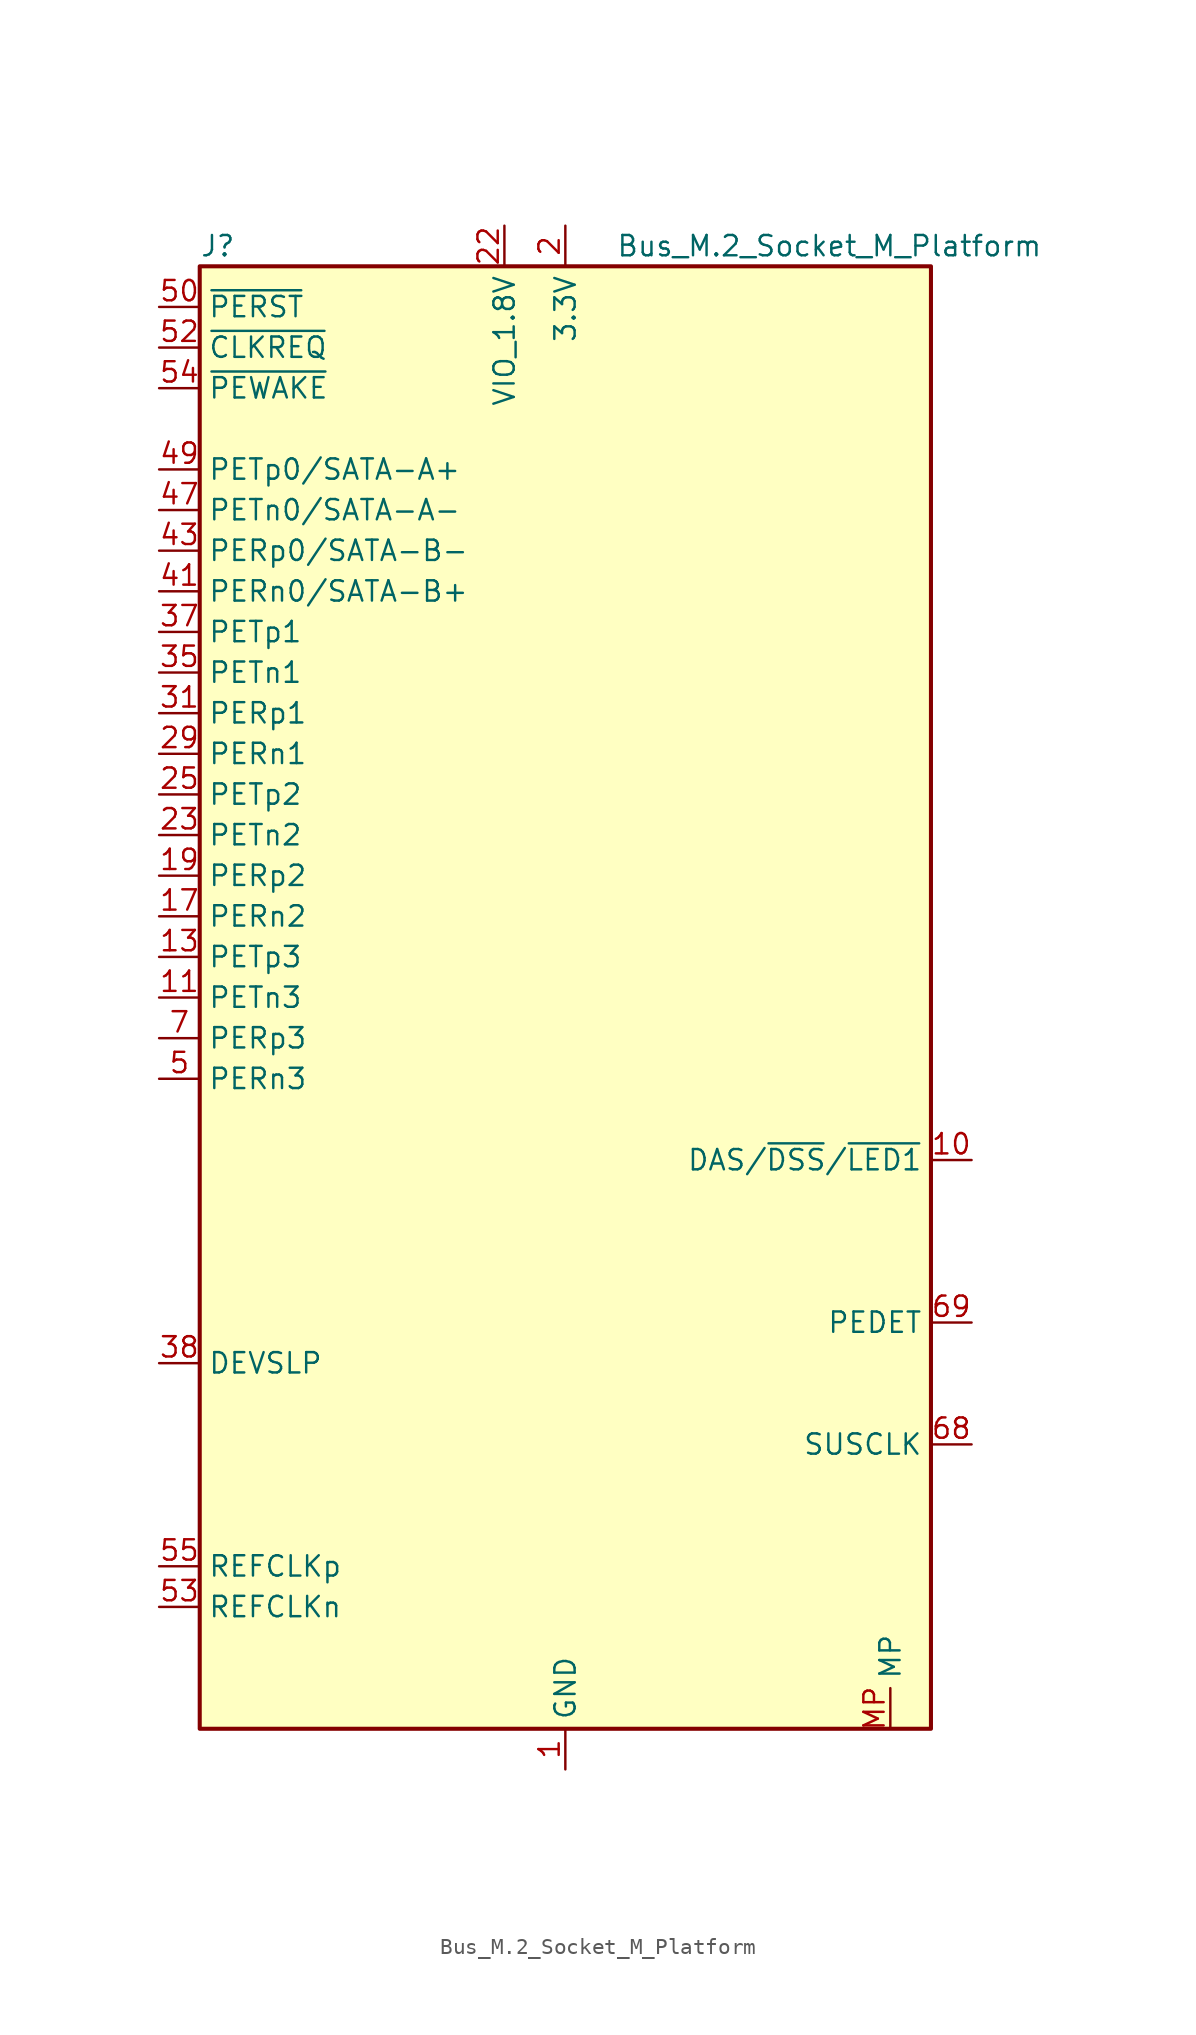
<source format=kicad_sym>
(kicad_symbol_lib
  (version 20241209)
  (generator "kicad_symbol_editor")
  (generator_version "9.0")
  (symbol "Bus_M.2_Socket_M_Platform"
    (property "Reference" "J"
      (at -22.86 46.99 0)
      (effects (font (size 1.27 1.27)) (justify left)))
    (property "Value" "Bus_M.2_Socket_M_Platform"
      (at 16.51 46.99 0)
      (effects (font (size 1.27 1.27))))
    (symbol "Bus_M.2_Socket_M_Platform_0_1"
      (rectangle (start -22.86 45.72) (end 22.86 -45.72) (stroke (width 0.254) (type default)) (fill (type background))))
    (symbol "Bus_M.2_Socket_M_Platform_1_1"
      (pin input line (at -25.4 43.18 0) (length 2.54) (name "~{PERST}" (effects (font (size 1.27 1.27)))) (number "50" (effects (font (size 1.27 1.27)))))
      (pin bidirectional line (at -25.4 40.64 0) (length 2.54) (name "~{CLKREQ}" (effects (font (size 1.27 1.27)))) (number "52" (effects (font (size 1.27 1.27)))))
      (pin bidirectional line (at -25.4 38.1 0) (length 2.54) (name "~{PEWAKE}" (effects (font (size 1.27 1.27)))) (number "54" (effects (font (size 1.27 1.27)))))
      (pin input line (at -25.4 33.02 0) (length 2.54) (name "PETp0/SATA-A+" (effects (font (size 1.27 1.27)))) (number "49" (effects (font (size 1.27 1.27)))))
      (pin input line (at -25.4 30.48 0) (length 2.54) (name "PETn0/SATA-A-" (effects (font (size 1.27 1.27)))) (number "47" (effects (font (size 1.27 1.27)))))
      (pin output line (at -25.4 27.94 0) (length 2.54) (name "PERp0/SATA-B-" (effects (font (size 1.27 1.27)))) (number "43" (effects (font (size 1.27 1.27)))))
      (pin output line (at -25.4 25.4 0) (length 2.54) (name "PERn0/SATA-B+" (effects (font (size 1.27 1.27)))) (number "41" (effects (font (size 1.27 1.27)))))
      (pin input line (at -25.4 22.86 0) (length 2.54) (name "PETp1" (effects (font (size 1.27 1.27)))) (number "37" (effects (font (size 1.27 1.27)))))
      (pin input line (at -25.4 20.32 0) (length 2.54) (name "PETn1" (effects (font (size 1.27 1.27)))) (number "35" (effects (font (size 1.27 1.27)))))
      (pin output line (at -25.4 17.78 0) (length 2.54) (name "PERp1" (effects (font (size 1.27 1.27)))) (number "31" (effects (font (size 1.27 1.27)))))
      (pin output line (at -25.4 15.24 0) (length 2.54) (name "PERn1" (effects (font (size 1.27 1.27)))) (number "29" (effects (font (size 1.27 1.27)))))
      (pin input line (at -25.4 12.7 0) (length 2.54) (name "PETp2" (effects (font (size 1.27 1.27)))) (number "25" (effects (font (size 1.27 1.27)))))
      (pin input line (at -25.4 10.16 0) (length 2.54) (name "PETn2" (effects (font (size 1.27 1.27)))) (number "23" (effects (font (size 1.27 1.27)))))
      (pin output line (at -25.4 7.62 0) (length 2.54) (name "PERp2" (effects (font (size 1.27 1.27)))) (number "19" (effects (font (size 1.27 1.27)))))
      (pin output line (at -25.4 5.08 0) (length 2.54) (name "PERn2" (effects (font (size 1.27 1.27)))) (number "17" (effects (font (size 1.27 1.27)))))
      (pin input line (at -25.4 2.54 0) (length 2.54) (name "PETp3" (effects (font (size 1.27 1.27)))) (number "13" (effects (font (size 1.27 1.27)))))
      (pin input line (at -25.4 0 0) (length 2.54) (name "PETn3" (effects (font (size 1.27 1.27)))) (number "11" (effects (font (size 1.27 1.27)))))
      (pin output line (at -25.4 -2.54 0) (length 2.54) (name "PERp3" (effects (font (size 1.27 1.27)))) (number "7" (effects (font (size 1.27 1.27)))))
      (pin output line (at -25.4 -5.08 0) (length 2.54) (name "PERn3" (effects (font (size 1.27 1.27)))) (number "5" (effects (font (size 1.27 1.27)))))
      (pin input line (at -25.4 -22.86 0) (length 2.54) (name "DEVSLP" (effects (font (size 1.27 1.27)))) (number "38" (effects (font (size 1.27 1.27)))))
      (pin input line (at -25.4 -35.56 0) (length 2.54) (name "REFCLKp" (effects (font (size 1.27 1.27)))) (number "55" (effects (font (size 1.27 1.27)))))
      (pin input line (at -25.4 -38.1 0) (length 2.54) (name "REFCLKn" (effects (font (size 1.27 1.27)))) (number "53" (effects (font (size 1.27 1.27)))))
      (pin power_in line (at -3.81 48.26 270) (length 2.54) (name "VIO_1.8V" (effects (font (size 1.27 1.27)))) (number "22" (effects (font (size 1.27 1.27)))))
      (pin passive line (at 0 48.26 270) (length 2.54) (hide yes) (name "3.3V" (effects (font (size 1.27 1.27)))) (number "12" (effects (font (size 1.27 1.27)))))
      (pin passive line (at 0 48.26 270) (length 2.54) (hide yes) (name "3.3V" (effects (font (size 1.27 1.27)))) (number "14" (effects (font (size 1.27 1.27)))))
      (pin passive line (at 0 48.26 270) (length 2.54) (hide yes) (name "3.3V" (effects (font (size 1.27 1.27)))) (number "16" (effects (font (size 1.27 1.27)))))
      (pin passive line (at 0 48.26 270) (length 2.54) (hide yes) (name "3.3V" (effects (font (size 1.27 1.27)))) (number "18" (effects (font (size 1.27 1.27)))))
      (pin power_in line (at 0 48.26 270) (length 2.54) (name "3.3V" (effects (font (size 1.27 1.27)))) (number "2" (effects (font (size 1.27 1.27)))))
      (pin passive line (at 0 48.26 270) (length 2.54) (hide yes) (name "3.3V" (effects (font (size 1.27 1.27)))) (number "4" (effects (font (size 1.27 1.27)))))
      (pin passive line (at 0 48.26 270) (length 2.54) (hide yes) (name "3.3V" (effects (font (size 1.27 1.27)))) (number "70" (effects (font (size 1.27 1.27)))))
      (pin passive line (at 0 48.26 270) (length 2.54) (hide yes) (name "3.3V" (effects (font (size 1.27 1.27)))) (number "72" (effects (font (size 1.27 1.27)))))
      (pin passive line (at 0 48.26 270) (length 2.54) (hide yes) (name "3.3V" (effects (font (size 1.27 1.27)))) (number "74" (effects (font (size 1.27 1.27)))))
      (pin power_in line (at 0 -48.26 90) (length 2.54) (name "GND" (effects (font (size 1.27 1.27)))) (number "1" (effects (font (size 1.27 1.27)))))
      (pin passive line (at 0 -48.26 90) (length 2.54) (hide yes) (name "GND" (effects (font (size 1.27 1.27)))) (number "15" (effects (font (size 1.27 1.27)))))
      (pin passive line (at 0 -48.26 90) (length 2.54) (hide yes) (name "GND" (effects (font (size 1.27 1.27)))) (number "21" (effects (font (size 1.27 1.27)))))
      (pin passive line (at 0 -48.26 90) (length 2.54) (hide yes) (name "GND" (effects (font (size 1.27 1.27)))) (number "27" (effects (font (size 1.27 1.27)))))
      (pin passive line (at 0 -48.26 90) (length 2.54) (hide yes) (name "GND" (effects (font (size 1.27 1.27)))) (number "3" (effects (font (size 1.27 1.27)))))
      (pin passive line (at 0 -48.26 90) (length 2.54) (hide yes) (name "GND" (effects (font (size 1.27 1.27)))) (number "33" (effects (font (size 1.27 1.27)))))
      (pin passive line (at 0 -48.26 90) (length 2.54) (hide yes) (name "GND" (effects (font (size 1.27 1.27)))) (number "39" (effects (font (size 1.27 1.27)))))
      (pin passive line (at 0 -48.26 90) (length 2.54) (hide yes) (name "GND" (effects (font (size 1.27 1.27)))) (number "45" (effects (font (size 1.27 1.27)))))
      (pin passive line (at 0 -48.26 90) (length 2.54) (hide yes) (name "GND" (effects (font (size 1.27 1.27)))) (number "51" (effects (font (size 1.27 1.27)))))
      (pin passive line (at 0 -48.26 90) (length 2.54) (hide yes) (name "GND" (effects (font (size 1.27 1.27)))) (number "57" (effects (font (size 1.27 1.27)))))
      (pin passive line (at 0 -48.26 90) (length 2.54) (hide yes) (name "GND" (effects (font (size 1.27 1.27)))) (number "71" (effects (font (size 1.27 1.27)))))
      (pin passive line (at 0 -48.26 90) (length 2.54) (hide yes) (name "GND" (effects (font (size 1.27 1.27)))) (number "73" (effects (font (size 1.27 1.27)))))
      (pin passive line (at 0 -48.26 90) (length 2.54) (hide yes) (name "GND" (effects (font (size 1.27 1.27)))) (number "75" (effects (font (size 1.27 1.27)))))
      (pin passive line (at 0 -48.26 90) (length 2.54) (hide yes) (name "GND" (effects (font (size 1.27 1.27)))) (number "9" (effects (font (size 1.27 1.27)))))
      (pin power_in line (at 20.32 -45.72 90) (length 2.54) (name "MP" (effects (font (size 1.27 1.27)))) (number "MP" (effects (font (size 1.27 1.27)))))
      (pin no_connect line (at 22.86 40.64 180) (length 2.54) (hide yes) (name "NC" (effects (font (size 1.27 1.27)))) (number "58" (effects (font (size 1.27 1.27)))))
      (pin no_connect line (at 22.86 38.1 180) (length 2.54) (hide yes) (name "NC" (effects (font (size 1.27 1.27)))) (number "56" (effects (font (size 1.27 1.27)))))
      (pin no_connect line (at 22.86 35.56 180) (length 2.54) (hide yes) (name "NC" (effects (font (size 1.27 1.27)))) (number "48" (effects (font (size 1.27 1.27)))))
      (pin no_connect line (at 22.86 33.02 180) (length 2.54) (hide yes) (name "NC" (effects (font (size 1.27 1.27)))) (number "46" (effects (font (size 1.27 1.27)))))
      (pin no_connect line (at 22.86 30.48 180) (length 2.54) (hide yes) (name "NC" (effects (font (size 1.27 1.27)))) (number "44" (effects (font (size 1.27 1.27)))))
      (pin no_connect line (at 22.86 27.94 180) (length 2.54) (hide yes) (name "NC" (effects (font (size 1.27 1.27)))) (number "42" (effects (font (size 1.27 1.27)))))
      (pin no_connect line (at 22.86 25.4 180) (length 2.54) (hide yes) (name "NC" (effects (font (size 1.27 1.27)))) (number "40" (effects (font (size 1.27 1.27)))))
      (pin no_connect line (at 22.86 22.86 180) (length 2.54) (hide yes) (name "NC" (effects (font (size 1.27 1.27)))) (number "36" (effects (font (size 1.27 1.27)))))
      (pin no_connect line (at 22.86 20.32 180) (length 2.54) (hide yes) (name "NC" (effects (font (size 1.27 1.27)))) (number "34" (effects (font (size 1.27 1.27)))))
      (pin no_connect line (at 22.86 17.78 180) (length 2.54) (hide yes) (name "NC" (effects (font (size 1.27 1.27)))) (number "32" (effects (font (size 1.27 1.27)))))
      (pin no_connect line (at 22.86 15.24 180) (length 2.54) (hide yes) (name "NC" (effects (font (size 1.27 1.27)))) (number "30" (effects (font (size 1.27 1.27)))))
      (pin no_connect line (at 22.86 12.7 180) (length 2.54) (hide yes) (name "NC" (effects (font (size 1.27 1.27)))) (number "28" (effects (font (size 1.27 1.27)))))
      (pin no_connect line (at 22.86 10.16 180) (length 2.54) (hide yes) (name "NC" (effects (font (size 1.27 1.27)))) (number "26" (effects (font (size 1.27 1.27)))))
      (pin no_connect line (at 22.86 7.62 180) (length 2.54) (hide yes) (name "NC" (effects (font (size 1.27 1.27)))) (number "24" (effects (font (size 1.27 1.27)))))
      (pin no_connect line (at 22.86 2.54 180) (length 2.54) (hide yes) (name "NC" (effects (font (size 1.27 1.27)))) (number "20" (effects (font (size 1.27 1.27)))))
      (pin no_connect line (at 22.86 0 180) (length 2.54) (hide yes) (name "NC" (effects (font (size 1.27 1.27)))) (number "8" (effects (font (size 1.27 1.27)))))
      (pin no_connect line (at 22.86 -2.54 180) (length 2.54) (hide yes) (name "NC" (effects (font (size 1.27 1.27)))) (number "6" (effects (font (size 1.27 1.27)))))
      (pin no_connect line (at 22.86 -5.08 180) (length 2.54) (hide yes) (name "NC" (effects (font (size 1.27 1.27)))) (number "67" (effects (font (size 1.27 1.27)))))
      (pin bidirectional line (at 25.4 -10.16 180) (length 2.54) (name "DAS/~{DSS}/~{LED1}" (effects (font (size 1.27 1.27)))) (number "10" (effects (font (size 1.27 1.27)))))
      (pin passive line (at 25.4 -20.32 180) (length 2.54) (name "PEDET" (effects (font (size 1.27 1.27)))) (number "69" (effects (font (size 1.27 1.27)))))
      (pin input line (at 25.4 -27.94 180) (length 2.54) (name "SUSCLK" (effects (font (size 1.27 1.27)))) (number "68" (effects (font (size 1.27 1.27))))))))
</source>
